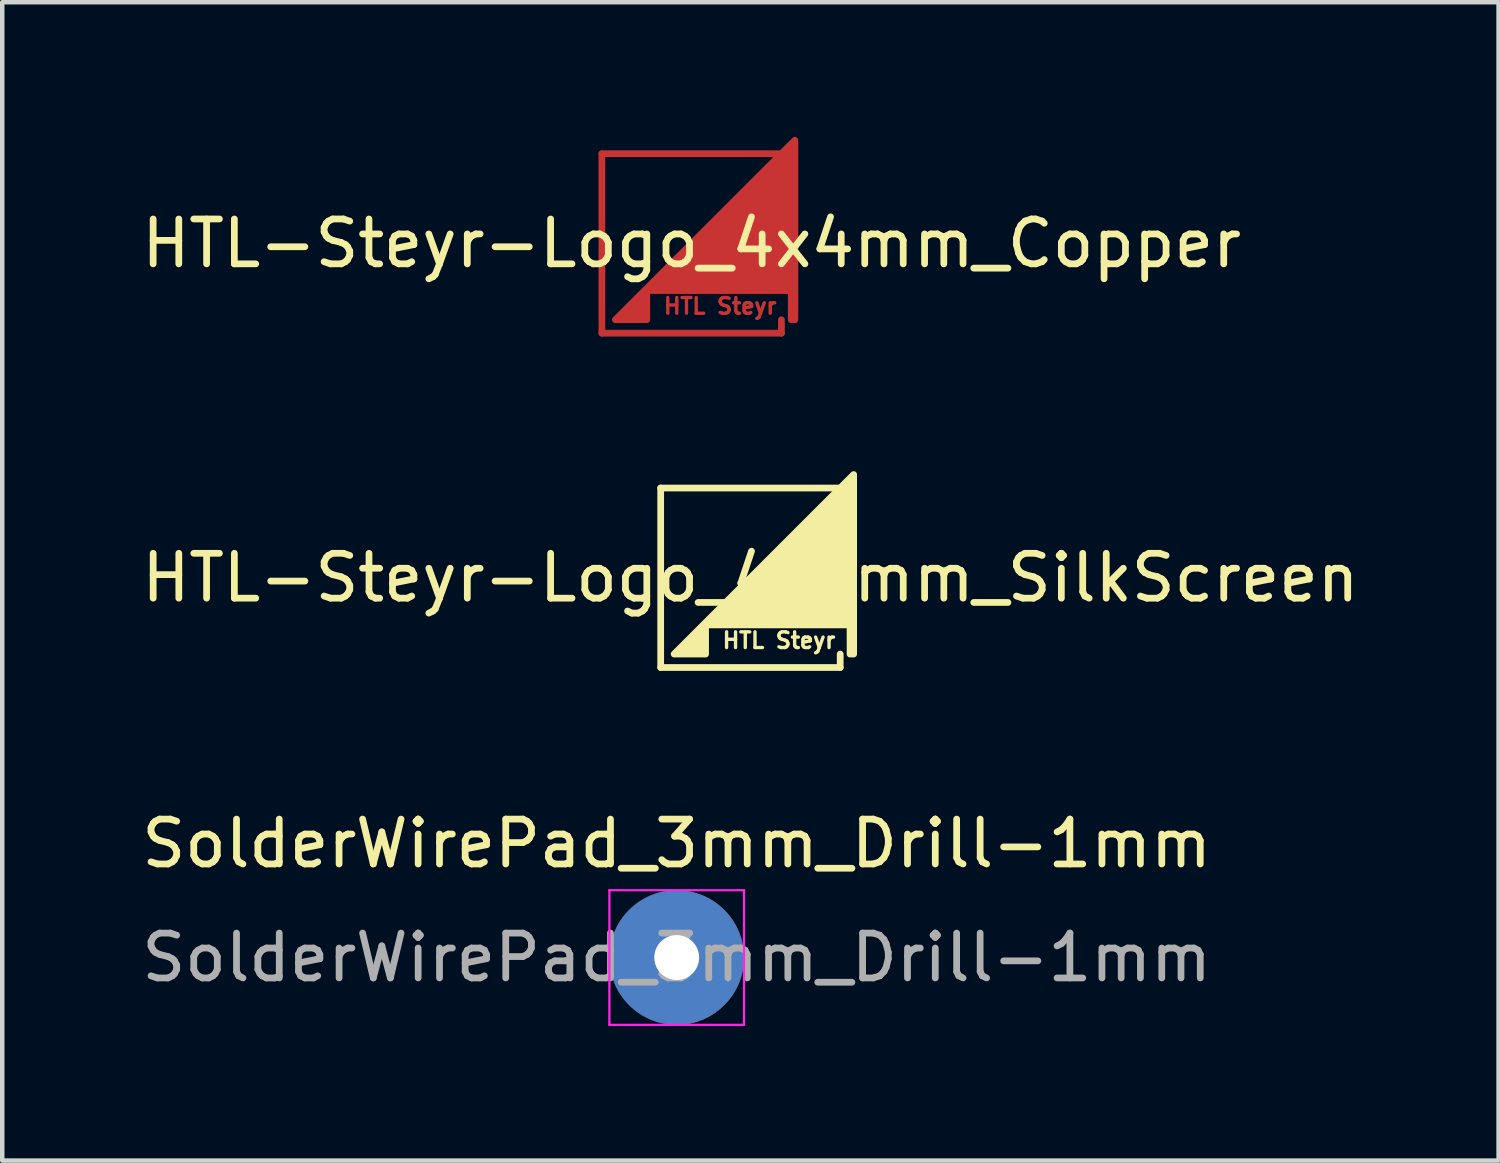
<source format=kicad_pcb>
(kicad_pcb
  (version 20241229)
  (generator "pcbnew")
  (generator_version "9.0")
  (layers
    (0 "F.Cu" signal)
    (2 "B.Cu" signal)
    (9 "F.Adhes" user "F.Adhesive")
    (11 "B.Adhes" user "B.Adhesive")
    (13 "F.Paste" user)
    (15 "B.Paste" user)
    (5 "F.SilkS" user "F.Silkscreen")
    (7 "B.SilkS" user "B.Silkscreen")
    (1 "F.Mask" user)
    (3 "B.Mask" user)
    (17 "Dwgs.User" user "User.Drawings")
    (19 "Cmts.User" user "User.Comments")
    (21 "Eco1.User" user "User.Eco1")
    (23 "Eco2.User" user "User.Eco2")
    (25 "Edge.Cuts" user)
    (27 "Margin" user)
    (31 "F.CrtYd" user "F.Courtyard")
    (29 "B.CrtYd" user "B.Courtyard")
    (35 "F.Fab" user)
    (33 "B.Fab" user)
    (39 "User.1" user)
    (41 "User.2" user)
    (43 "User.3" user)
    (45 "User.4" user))
  (footprint "HTL-Steyr-Logo_4x4mm_SilkScreen"
    (layer "F.Cu")
    (at 13.673 9.825)
    (property "Reference" "HTL-Steyr-Logo_4x4mm_SilkScreen" (at 0 0 0) (layer "F.SilkS") (effects (font (size 1 1) (thickness 0.15))))
    (attr exclude_from_pos_files exclude_from_bom)
    (fp_line (start -2 -2) (end -2 2) (stroke (width 0.15) (type solid)) (layer "F.SilkS"))
    (fp_line (start -2 2) (end 2 2) (stroke (width 0.15) (type solid)) (layer "F.SilkS"))
    (fp_line (start 2 -2) (end -2 -2) (stroke (width 0.15) (type solid)) (layer "F.SilkS"))
    (fp_line (start 2 2) (end 2 1.7) (stroke (width 0.15) (type solid)) (layer "F.SilkS"))
    (fp_poly (pts (xy 2.3 -2.3) (xy 2.3 1.7) (xy -1 1.7) (xy 2.22 1.7) (xy 2.22 1.05) (xy -1 1.05) (xy -1 1.7) (xy -1.7 1.7)) (stroke (width 0.15) (type solid)) (fill yes) (layer "F.SilkS"))
    (fp_text user "HTL Steyr" (at 0.635 1.397 0) (layer "F.SilkS") (effects (font (size 0.35 0.35) (thickness 0.075)))))
  (footprint "SolderWirePad_3mm_Drill-1mm"
    (layer "F.Cu")
    (at 12.03 18.288)
    (property "Reference" "SolderWirePad_3mm_Drill-1mm" (at 0 -2.54 0) (layer "F.SilkS") (effects (font (size 1 1) (thickness 0.15))))
    (attr exclude_from_pos_files exclude_from_bom)
    (fp_line (start -1.5 -1.5) (end -1.5 1.5) (stroke (width 0.05) (type solid)) (layer "F.CrtYd"))
    (fp_line (start -1.5 -1.5) (end 1.5 -1.5) (stroke (width 0.05) (type solid)) (layer "F.CrtYd"))
    (fp_line (start 1.5 1.5) (end -1.5 1.5) (stroke (width 0.05) (type solid)) (layer "F.CrtYd"))
    (fp_line (start 1.5 1.5) (end 1.5 -1.5) (stroke (width 0.05) (type solid)) (layer "F.CrtYd"))
    (fp_text user "${REFERENCE}" (at 0 0 0) (layer "F.Fab") (effects (font (size 1 1) (thickness 0.15))))
    (pad "1" thru_hole circle (at 0 0) (size 3 3) (drill 1) (layers "*.Cu" "*.Mask")))
  (footprint "HTL-Steyr-Logo_4x4mm_Copper"
    (layer "F.Cu")
    (at 12.363 2.375)
    (property "Reference" "HTL-Steyr-Logo_4x4mm_Copper" (at 0 0 0) (layer "F.SilkS") (effects (font (size 1 1) (thickness 0.15))))
    (attr exclude_from_pos_files exclude_from_bom)
    (fp_line (start -2 -2) (end -2 2) (stroke (width 0.15) (type solid)) (layer "F.Cu"))
    (fp_line (start -2 2) (end 2 2) (stroke (width 0.15) (type solid)) (layer "F.Cu"))
    (fp_line (start 2 -2) (end -2 -2) (stroke (width 0.15) (type solid)) (layer "F.Cu"))
    (fp_line (start 2 2) (end 2 1.7) (stroke (width 0.15) (type solid)) (layer "F.Cu"))
    (fp_poly (pts (xy 2.3 -2.3) (xy 2.3 1.7) (xy -1 1.7) (xy 2.22 1.7) (xy 2.22 1.05) (xy -1 1.05) (xy -1 1.7) (xy -1.7 1.7)) (stroke (width 0.15) (type solid)) (fill yes) (layer "F.Cu"))
    (fp_line (start -2 -2) (end -2 2) (stroke (width 0.15) (type solid)) (layer "F.Mask"))
    (fp_line (start -2 2) (end 2 2) (stroke (width 0.15) (type solid)) (layer "F.Mask"))
    (fp_line (start 2 -2) (end -2 -2) (stroke (width 0.15) (type solid)) (layer "F.Mask"))
    (fp_line (start 2 2) (end 2 1.7) (stroke (width 0.15) (type solid)) (layer "F.Mask"))
    (fp_poly (pts (xy 2.3 -2.3) (xy 2.3 1.7) (xy -1 1.7) (xy 2.22 1.7) (xy 2.22 1.05) (xy -1 1.05) (xy -1 1.7) (xy -1.7 1.7)) (stroke (width 0.15) (type solid)) (fill yes) (layer "F.Mask"))
    (fp_text user "HTL Steyr" (at 0.635 1.397 0) (layer "F.Cu") (effects (font (size 0.35 0.35) (thickness 0.075))))
    (fp_text user "HTL Steyr" (at 0.635 1.397 0) (layer "F.Mask") (effects (font (size 0.35 0.35) (thickness 0.075)))))
  (gr_rect
    (start -3 -3)
    (end 30.345 22.813)
    (stroke (width 0.1) (type default))
    (fill no)
    (layer "Edge.Cuts")))
</source>
